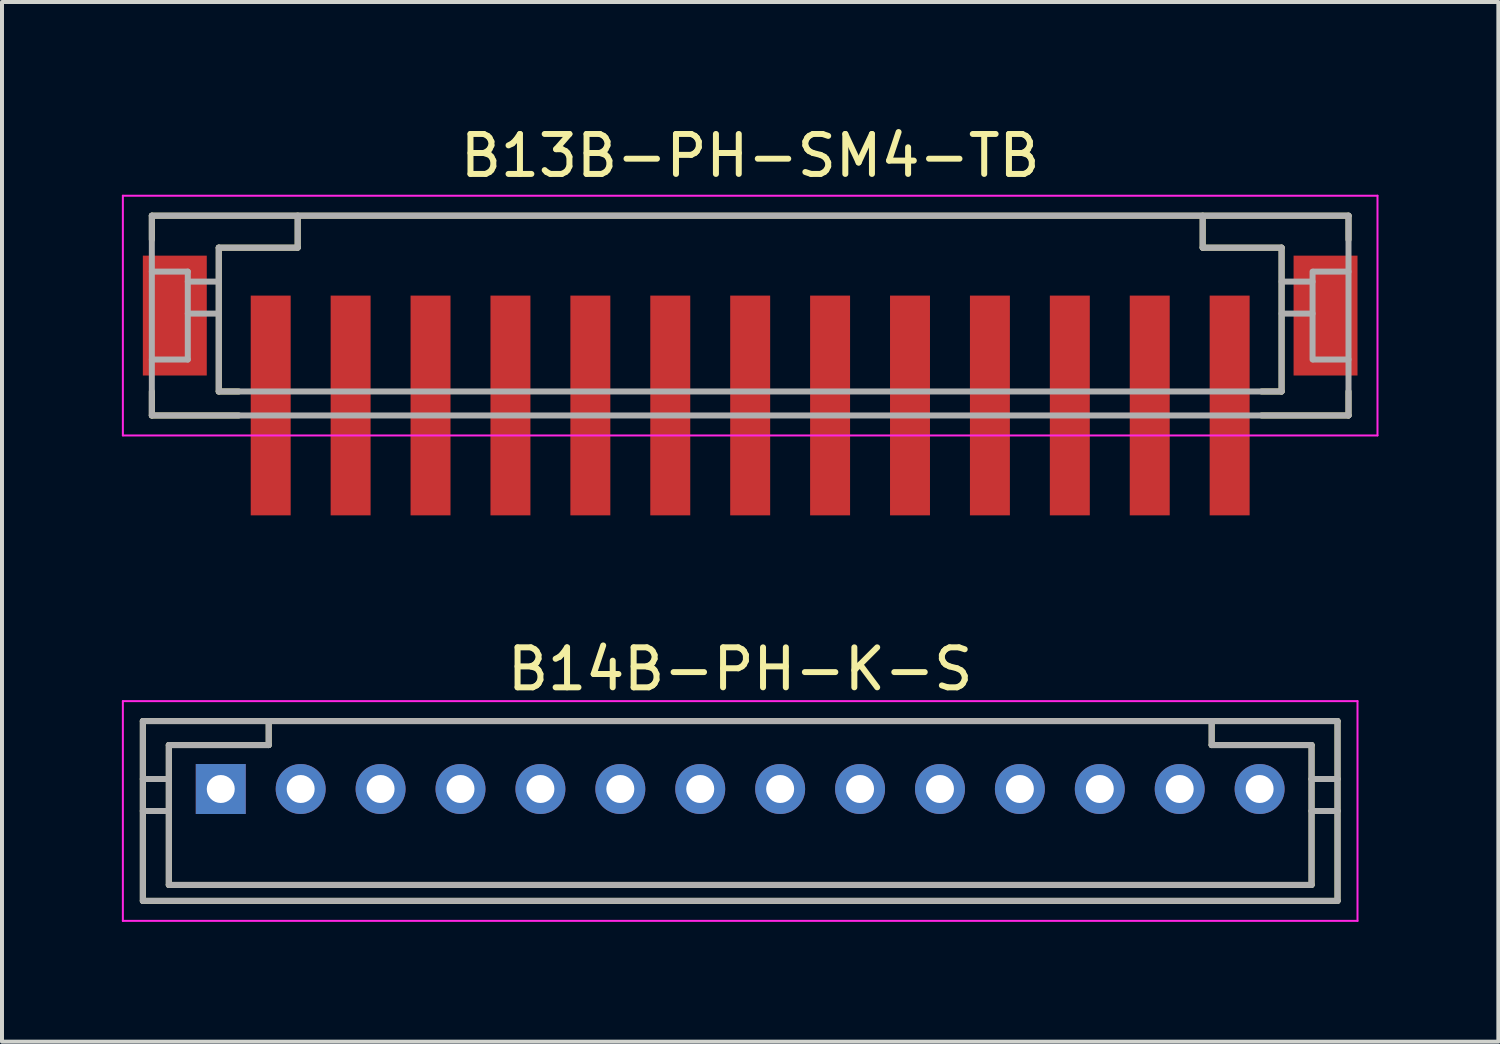
<source format=kicad_pcb>
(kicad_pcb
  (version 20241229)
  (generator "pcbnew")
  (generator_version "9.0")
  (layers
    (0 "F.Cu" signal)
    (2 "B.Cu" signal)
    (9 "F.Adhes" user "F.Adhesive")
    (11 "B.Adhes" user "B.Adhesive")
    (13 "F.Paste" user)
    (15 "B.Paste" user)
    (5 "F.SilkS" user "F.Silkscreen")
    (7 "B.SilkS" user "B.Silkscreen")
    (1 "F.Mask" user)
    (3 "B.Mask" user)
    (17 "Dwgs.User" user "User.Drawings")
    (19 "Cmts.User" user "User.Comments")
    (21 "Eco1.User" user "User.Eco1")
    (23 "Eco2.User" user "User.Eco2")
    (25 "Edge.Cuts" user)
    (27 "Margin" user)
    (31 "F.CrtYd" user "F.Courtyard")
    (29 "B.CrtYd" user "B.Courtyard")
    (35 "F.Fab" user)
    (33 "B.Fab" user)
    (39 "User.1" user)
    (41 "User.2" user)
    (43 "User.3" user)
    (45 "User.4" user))
  (footprint "B13B-PH-SM4-TB"
    (layer "F.Cu")
    (at 15.725 4.348)
    (property "Reference" "B13B-PH-SM4-TB" (at 0 -3.5 0) (layer "F.SilkS") (effects (font (size 1 1) (thickness 0.15))))
    (attr smd)
    (fp_line (start -14.975 -2) (end -14.975 -1.4) (stroke (width 0.15) (type solid)) (layer "F.SilkS"))
    (fp_line (start -14.975 -2) (end 14.975 -2) (stroke (width 0.15) (type solid)) (layer "F.SilkS"))
    (fp_line (start -14.975 2.4) (end -14.975 3) (stroke (width 0.15) (type solid)) (layer "F.SilkS"))
    (fp_line (start -14.975 3) (end -12.8 3) (stroke (width 0.15) (type solid)) (layer "F.SilkS"))
    (fp_line (start -13.3 -1.2) (end -13.3 2.4) (stroke (width 0.15) (type solid)) (layer "F.SilkS"))
    (fp_line (start -13.3 -1.2) (end -11.325 -1.2) (stroke (width 0.15) (type solid)) (layer "F.SilkS"))
    (fp_line (start -13.3 2.4) (end -12.8 2.4) (stroke (width 0.15) (type solid)) (layer "F.SilkS"))
    (fp_line (start -11.325 -2) (end -11.325 -1.2) (stroke (width 0.15) (type solid)) (layer "F.SilkS"))
    (fp_line (start 11.325 -2) (end 11.325 -1.2) (stroke (width 0.15) (type solid)) (layer "F.SilkS"))
    (fp_line (start 11.325 -1.2) (end 13.3 -1.2) (stroke (width 0.15) (type solid)) (layer "F.SilkS"))
    (fp_line (start 12.8 2.4) (end 13.3 2.4) (stroke (width 0.15) (type solid)) (layer "F.SilkS"))
    (fp_line (start 12.8 3) (end 14.975 3) (stroke (width 0.15) (type solid)) (layer "F.SilkS"))
    (fp_line (start 13.3 -1.2) (end 13.3 2.4) (stroke (width 0.15) (type solid)) (layer "F.SilkS"))
    (fp_line (start 14.975 -2) (end 14.975 -1.4) (stroke (width 0.15) (type solid)) (layer "F.SilkS"))
    (fp_line (start 14.975 2.4) (end 14.975 3) (stroke (width 0.15) (type solid)) (layer "F.SilkS"))
    (fp_line (start -15.7 -2.5) (end -15.7 3.5) (stroke (width 0.05) (type solid)) (layer "F.CrtYd"))
    (fp_line (start -15.7 -2.5) (end 15.7 -2.5) (stroke (width 0.05) (type solid)) (layer "F.CrtYd"))
    (fp_line (start -15.7 3.5) (end 15.7 3.5) (stroke (width 0.05) (type solid)) (layer "F.CrtYd"))
    (fp_line (start 15.7 -2.5) (end 15.7 3.5) (stroke (width 0.05) (type solid)) (layer "F.CrtYd"))
    (fp_line (start -14.975 -2) (end -14.975 3) (stroke (width 0.15) (type solid)) (layer "F.Fab"))
    (fp_line (start -14.975 -2) (end 14.975 -2) (stroke (width 0.15) (type solid)) (layer "F.Fab"))
    (fp_line (start -14.975 -0.6) (end -14.075 -0.6) (stroke (width 0.15) (type solid)) (layer "F.Fab"))
    (fp_line (start -14.975 1.6) (end -14.075 1.6) (stroke (width 0.15) (type solid)) (layer "F.Fab"))
    (fp_line (start -14.975 3) (end 14.975 3) (stroke (width 0.15) (type solid)) (layer "F.Fab"))
    (fp_line (start -14.075 -0.6) (end -14.075 1.6) (stroke (width 0.15) (type solid)) (layer "F.Fab"))
    (fp_line (start -14.075 -0.35) (end -13.3 -0.35) (stroke (width 0.15) (type solid)) (layer "F.Fab"))
    (fp_line (start -14.075 0.45) (end -13.3 0.45) (stroke (width 0.15) (type solid)) (layer "F.Fab"))
    (fp_line (start -13.3 -1.2) (end -13.3 2.4) (stroke (width 0.15) (type solid)) (layer "F.Fab"))
    (fp_line (start -13.3 -1.2) (end -11.325 -1.2) (stroke (width 0.15) (type solid)) (layer "F.Fab"))
    (fp_line (start -13.3 2.4) (end 13.3 2.4) (stroke (width 0.15) (type solid)) (layer "F.Fab"))
    (fp_line (start -11.325 -2) (end -11.325 -1.2) (stroke (width 0.15) (type solid)) (layer "F.Fab"))
    (fp_line (start 11.325 -2) (end 11.325 -1.2) (stroke (width 0.15) (type solid)) (layer "F.Fab"))
    (fp_line (start 11.325 -1.2) (end 13.3 -1.2) (stroke (width 0.15) (type solid)) (layer "F.Fab"))
    (fp_line (start 13.3 -1.2) (end 13.3 2.4) (stroke (width 0.15) (type solid)) (layer "F.Fab"))
    (fp_line (start 13.3 -0.35) (end 14.075 -0.35) (stroke (width 0.15) (type solid)) (layer "F.Fab"))
    (fp_line (start 13.3 0.45) (end 14.075 0.45) (stroke (width 0.15) (type solid)) (layer "F.Fab"))
    (fp_line (start 14.075 -0.6) (end 14.075 1.6) (stroke (width 0.15) (type solid)) (layer "F.Fab"))
    (fp_line (start 14.1 -0.6) (end 14.975 -0.6) (stroke (width 0.15) (type solid)) (layer "F.Fab"))
    (fp_line (start 14.1 1.6) (end 14.975 1.6) (stroke (width 0.15) (type solid)) (layer "F.Fab"))
    (fp_line (start 14.975 -2) (end 14.975 3) (stroke (width 0.15) (type solid)) (layer "F.Fab"))
    (pad "1" smd rect (at -12 2.75) (size 1 5.5) (layers "F.Cu" "F.Mask" "F.Paste"))
    (pad "2" smd rect (at -10 2.75) (size 1 5.5) (layers "F.Cu" "F.Mask" "F.Paste"))
    (pad "3" smd rect (at -8 2.75) (size 1 5.5) (layers "F.Cu" "F.Mask" "F.Paste"))
    (pad "4" smd rect (at -6 2.75) (size 1 5.5) (layers "F.Cu" "F.Mask" "F.Paste"))
    (pad "5" smd rect (at -4 2.75) (size 1 5.5) (layers "F.Cu" "F.Mask" "F.Paste"))
    (pad "6" smd rect (at -2 2.75) (size 1 5.5) (layers "F.Cu" "F.Mask" "F.Paste"))
    (pad "7" smd rect (at 0 2.75) (size 1 5.5) (layers "F.Cu" "F.Mask" "F.Paste"))
    (pad "8" smd rect (at 2 2.75) (size 1 5.5) (layers "F.Cu" "F.Mask" "F.Paste"))
    (pad "9" smd rect (at 4 2.75) (size 1 5.5) (layers "F.Cu" "F.Mask" "F.Paste"))
    (pad "10" smd rect (at 6 2.75) (size 1 5.5) (layers "F.Cu" "F.Mask" "F.Paste"))
    (pad "11" smd rect (at 8 2.75) (size 1 5.5) (layers "F.Cu" "F.Mask" "F.Paste"))
    (pad "12" smd rect (at 10 2.75) (size 1 5.5) (layers "F.Cu" "F.Mask" "F.Paste"))
    (pad "13" smd rect (at 12 2.75) (size 1 5.5) (layers "F.Cu" "F.Mask" "F.Paste"))
    (pad "S" smd rect (at -14.4 0.5) (size 1.6 3) (layers "F.Cu" "F.Mask" "F.Paste"))
    (pad "S" smd rect (at 14.4 0.5) (size 1.6 3) (layers "F.Cu" "F.Mask" "F.Paste")))
  (footprint "B14B-PH-K-S"
    (layer "F.Cu")
    (at 15.475 16.697)
    (property "Reference" "B14B-PH-K-S" (at 0 -3 0) (layer "F.SilkS") (effects (font (size 1 1) (thickness 0.15))))
    (attr smd)
    (fp_line (start -14.95 -1.7) (end -14.95 2.8) (stroke (width 0.15) (type solid)) (layer "F.SilkS"))
    (fp_line (start -14.95 -1.7) (end 14.95 -1.7) (stroke (width 0.15) (type solid)) (layer "F.SilkS"))
    (fp_line (start -14.95 -0.25) (end -14.3 -0.25) (stroke (width 0.15) (type solid)) (layer "F.SilkS"))
    (fp_line (start -14.95 0.55) (end -14.3 0.55) (stroke (width 0.15) (type solid)) (layer "F.SilkS"))
    (fp_line (start -14.95 2.8) (end 14.95 2.8) (stroke (width 0.15) (type solid)) (layer "F.SilkS"))
    (fp_line (start -14.3 -1.1) (end -14.3 2.4) (stroke (width 0.15) (type solid)) (layer "F.SilkS"))
    (fp_line (start -14.3 -1.1) (end -11.8 -1.1) (stroke (width 0.15) (type solid)) (layer "F.SilkS"))
    (fp_line (start -14.3 2.4) (end 14.3 2.4) (stroke (width 0.15) (type solid)) (layer "F.SilkS"))
    (fp_line (start -11.8 -1.7) (end -11.8 -1.1) (stroke (width 0.15) (type solid)) (layer "F.SilkS"))
    (fp_line (start 11.8 -1.7) (end 11.8 -1.1) (stroke (width 0.15) (type solid)) (layer "F.SilkS"))
    (fp_line (start 11.8 -1.1) (end 14.3 -1.1) (stroke (width 0.15) (type solid)) (layer "F.SilkS"))
    (fp_line (start 14.3 -1.1) (end 14.3 2.4) (stroke (width 0.15) (type solid)) (layer "F.SilkS"))
    (fp_line (start 14.3 -0.25) (end 14.95 -0.25) (stroke (width 0.15) (type solid)) (layer "F.SilkS"))
    (fp_line (start 14.3 0.55) (end 14.95 0.55) (stroke (width 0.15) (type solid)) (layer "F.SilkS"))
    (fp_line (start 14.95 -1.7) (end 14.95 2.8) (stroke (width 0.15) (type solid)) (layer "F.SilkS"))
    (fp_line (start -15.45 -2.2) (end -15.45 3.3) (stroke (width 0.05) (type solid)) (layer "F.CrtYd"))
    (fp_line (start -15.45 -2.2) (end 15.45 -2.2) (stroke (width 0.05) (type solid)) (layer "F.CrtYd"))
    (fp_line (start -15.45 3.3) (end 15.45 3.3) (stroke (width 0.05) (type solid)) (layer "F.CrtYd"))
    (fp_line (start 15.45 -2.2) (end 15.45 3.3) (stroke (width 0.05) (type solid)) (layer "F.CrtYd"))
    (fp_line (start -14.95 -1.7) (end -14.95 2.8) (stroke (width 0.15) (type solid)) (layer "F.Fab"))
    (fp_line (start -14.95 -1.7) (end 14.95 -1.7) (stroke (width 0.15) (type solid)) (layer "F.Fab"))
    (fp_line (start -14.95 -0.25) (end -14.3 -0.25) (stroke (width 0.15) (type solid)) (layer "F.Fab"))
    (fp_line (start -14.95 0.55) (end -14.3 0.55) (stroke (width 0.15) (type solid)) (layer "F.Fab"))
    (fp_line (start -14.95 2.8) (end 14.95 2.8) (stroke (width 0.15) (type solid)) (layer "F.Fab"))
    (fp_line (start -14.3 -1.1) (end -14.3 2.4) (stroke (width 0.15) (type solid)) (layer "F.Fab"))
    (fp_line (start -14.3 -1.1) (end -11.8 -1.1) (stroke (width 0.15) (type solid)) (layer "F.Fab"))
    (fp_line (start -14.3 2.4) (end 14.3 2.4) (stroke (width 0.15) (type solid)) (layer "F.Fab"))
    (fp_line (start -11.8 -1.7) (end -11.8 -1.1) (stroke (width 0.15) (type solid)) (layer "F.Fab"))
    (fp_line (start 11.8 -1.7) (end 11.8 -1.1) (stroke (width 0.15) (type solid)) (layer "F.Fab"))
    (fp_line (start 11.8 -1.1) (end 14.3 -1.1) (stroke (width 0.15) (type solid)) (layer "F.Fab"))
    (fp_line (start 14.3 -1.1) (end 14.3 2.4) (stroke (width 0.15) (type solid)) (layer "F.Fab"))
    (fp_line (start 14.3 -0.25) (end 14.95 -0.25) (stroke (width 0.15) (type solid)) (layer "F.Fab"))
    (fp_line (start 14.3 0.55) (end 14.95 0.55) (stroke (width 0.15) (type solid)) (layer "F.Fab"))
    (fp_line (start 14.95 -1.7) (end 14.95 2.8) (stroke (width 0.15) (type solid)) (layer "F.Fab"))
    (pad "1" thru_hole rect (at -13 0) (size 1.25 1.25) (drill 0.7) (layers "*.Cu" "*.Mask"))
    (pad "2" thru_hole circle (at -11 0) (size 1.25 1.25) (drill 0.7) (layers "*.Cu" "*.Mask"))
    (pad "3" thru_hole circle (at -9 0) (size 1.25 1.25) (drill 0.7) (layers "*.Cu" "*.Mask"))
    (pad "4" thru_hole circle (at -7 0) (size 1.25 1.25) (drill 0.7) (layers "*.Cu" "*.Mask"))
    (pad "5" thru_hole circle (at -5 0) (size 1.25 1.25) (drill 0.7) (layers "*.Cu" "*.Mask"))
    (pad "6" thru_hole circle (at -3 0) (size 1.25 1.25) (drill 0.7) (layers "*.Cu" "*.Mask"))
    (pad "7" thru_hole circle (at -1 0) (size 1.25 1.25) (drill 0.7) (layers "*.Cu" "*.Mask"))
    (pad "8" thru_hole circle (at 1 0) (size 1.25 1.25) (drill 0.7) (layers "*.Cu" "*.Mask"))
    (pad "9" thru_hole circle (at 3 0) (size 1.25 1.25) (drill 0.7) (layers "*.Cu" "*.Mask"))
    (pad "10" thru_hole circle (at 5 0) (size 1.25 1.25) (drill 0.7) (layers "*.Cu" "*.Mask"))
    (pad "11" thru_hole circle (at 7 0) (size 1.25 1.25) (drill 0.7) (layers "*.Cu" "*.Mask"))
    (pad "12" thru_hole circle (at 9 0) (size 1.25 1.25) (drill 0.7) (layers "*.Cu" "*.Mask"))
    (pad "13" thru_hole circle (at 11 0) (size 1.25 1.25) (drill 0.7) (layers "*.Cu" "*.Mask"))
    (pad "14" thru_hole circle (at 13 0) (size 1.25 1.25) (drill 0.7) (layers "*.Cu" "*.Mask")))
  (gr_rect
    (start -3 -3)
    (end 34.45 23.021)
    (stroke (width 0.1) (type default))
    (fill no)
    (layer "Edge.Cuts")))
</source>
